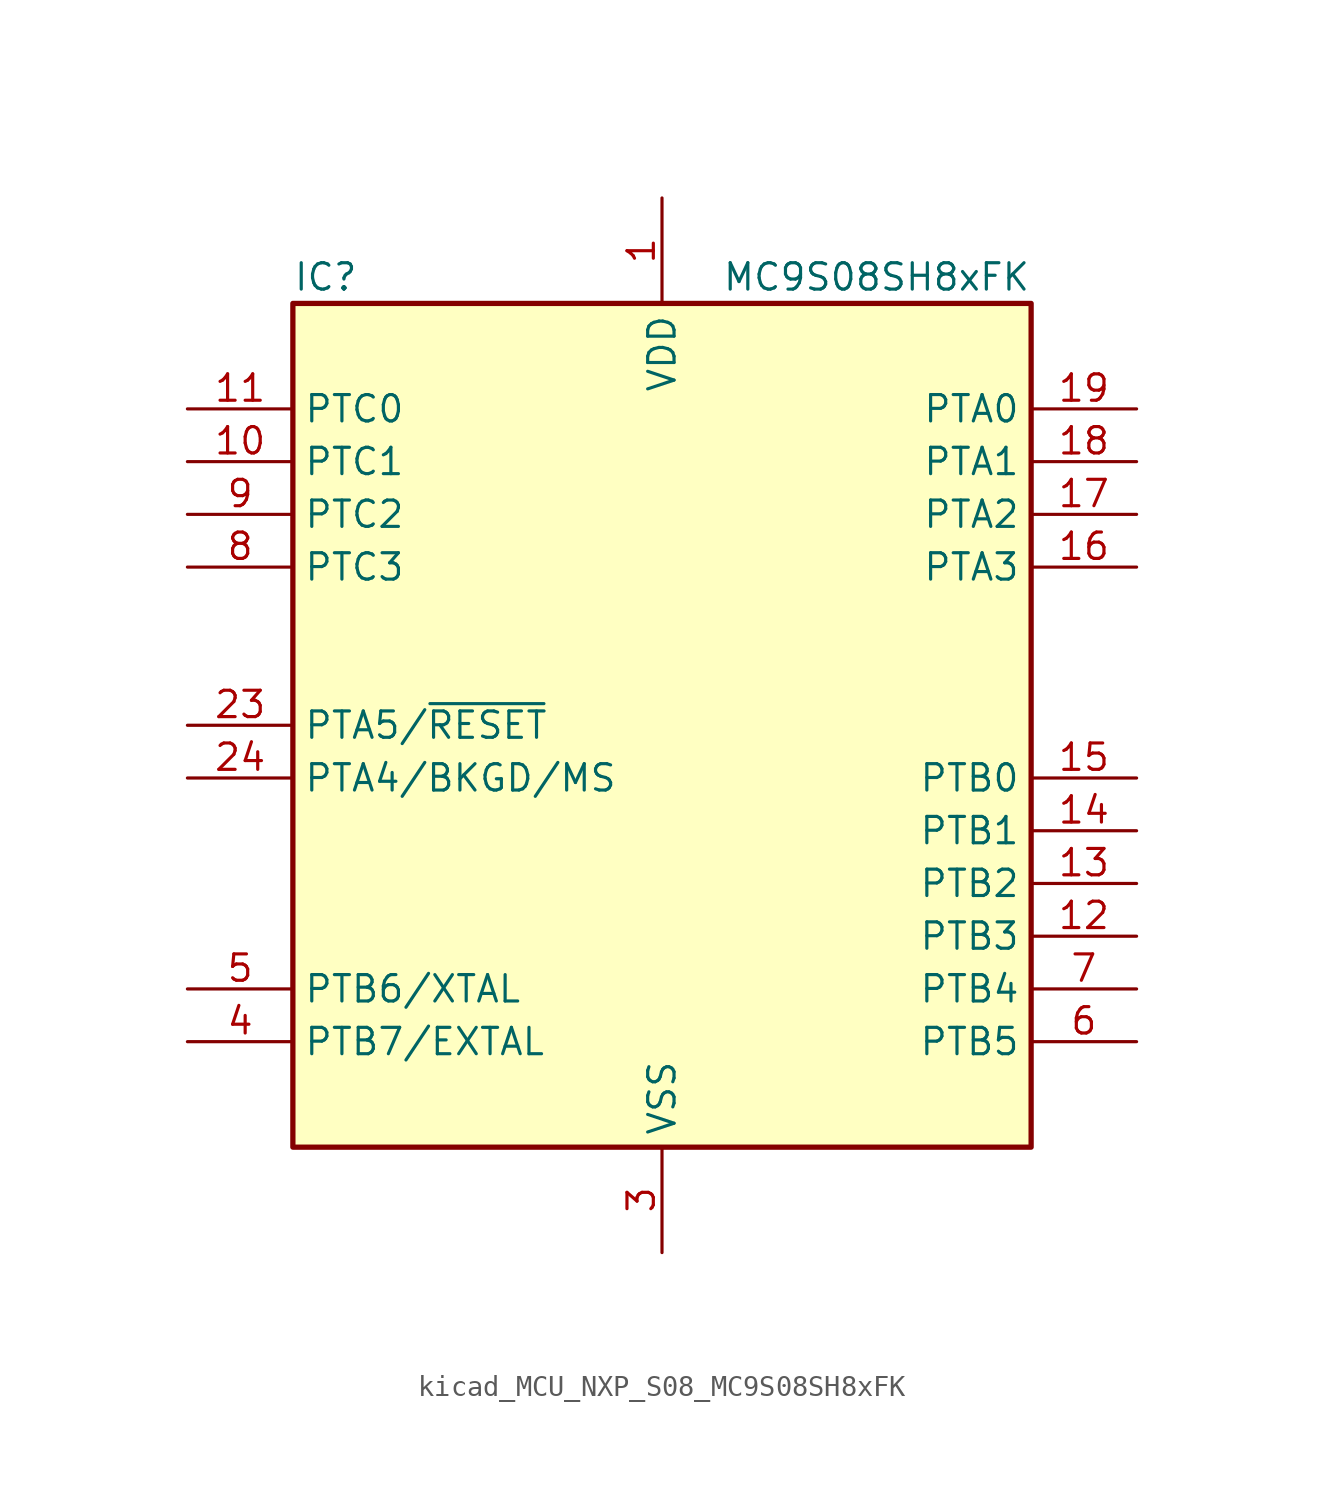
<source format=kicad_sym>
(kicad_symbol_lib
  (version 20220914)
  (generator kicad_symbol_editor)
  (symbol "kicad_MCU_NXP_S08_MC9S08SH8xFK"
    (property "Reference" "IC"
      (at -17.78 21.59 0)
      (effects (font (size 1.27 1.27)) (justify left)))
    (property "Value" "MC9S08SH8xFK"
      (at 17.78 21.59 0)
      (effects (font (size 1.27 1.27)) (justify right)))
    (symbol "kicad_MCU_NXP_S08_MC9S08SH8xFK_0_1"
      (rectangle (start -17.78 20.32) (end 17.78 -20.32) (stroke (width 0.254) (type default)) (fill (type background))))
    (symbol "kicad_MCU_NXP_S08_MC9S08SH8xFK_1_1"
      (pin power_in line (at 0 25.4 270) (length 5.08) (name "VDD" (effects (font (size 1.27 1.27)))) (number "1" (effects (font (size 1.27 1.27)))))
      (pin bidirectional line (at -22.86 12.7 0) (length 5.08) (name "PTC1" (effects (font (size 1.27 1.27)))) (number "10" (effects (font (size 1.27 1.27)))))
      (pin bidirectional line (at -22.86 15.24 0) (length 5.08) (name "PTC0" (effects (font (size 1.27 1.27)))) (number "11" (effects (font (size 1.27 1.27)))))
      (pin bidirectional line (at 22.86 -10.16 180) (length 5.08) (name "PTB3" (effects (font (size 1.27 1.27)))) (number "12" (effects (font (size 1.27 1.27)))))
      (pin bidirectional line (at 22.86 -7.62 180) (length 5.08) (name "PTB2" (effects (font (size 1.27 1.27)))) (number "13" (effects (font (size 1.27 1.27)))))
      (pin bidirectional line (at 22.86 -5.08 180) (length 5.08) (name "PTB1" (effects (font (size 1.27 1.27)))) (number "14" (effects (font (size 1.27 1.27)))))
      (pin bidirectional line (at 22.86 -2.54 180) (length 5.08) (name "PTB0" (effects (font (size 1.27 1.27)))) (number "15" (effects (font (size 1.27 1.27)))))
      (pin bidirectional line (at 22.86 7.62 180) (length 5.08) (name "PTA3" (effects (font (size 1.27 1.27)))) (number "16" (effects (font (size 1.27 1.27)))))
      (pin bidirectional line (at 22.86 10.16 180) (length 5.08) (name "PTA2" (effects (font (size 1.27 1.27)))) (number "17" (effects (font (size 1.27 1.27)))))
      (pin bidirectional line (at 22.86 12.7 180) (length 5.08) (name "PTA1" (effects (font (size 1.27 1.27)))) (number "18" (effects (font (size 1.27 1.27)))))
      (pin bidirectional line (at 22.86 15.24 180) (length 5.08) (name "PTA0" (effects (font (size 1.27 1.27)))) (number "19" (effects (font (size 1.27 1.27)))))
      (pin bidirectional line (at -22.86 0 0) (length 5.08) (name "PTA5/~{RESET}" (effects (font (size 1.27 1.27)))) (number "23" (effects (font (size 1.27 1.27)))))
      (pin bidirectional line (at -22.86 -2.54 0) (length 5.08) (name "PTA4/BKGD/MS" (effects (font (size 1.27 1.27)))) (number "24" (effects (font (size 1.27 1.27)))))
      (pin power_in line (at 0 -25.4 90) (length 5.08) (name "VSS" (effects (font (size 1.27 1.27)))) (number "3" (effects (font (size 1.27 1.27)))))
      (pin bidirectional line (at -22.86 -15.24 0) (length 5.08) (name "PTB7/EXTAL" (effects (font (size 1.27 1.27)))) (number "4" (effects (font (size 1.27 1.27)))))
      (pin bidirectional line (at -22.86 -12.7 0) (length 5.08) (name "PTB6/XTAL" (effects (font (size 1.27 1.27)))) (number "5" (effects (font (size 1.27 1.27)))))
      (pin bidirectional line (at 22.86 -15.24 180) (length 5.08) (name "PTB5" (effects (font (size 1.27 1.27)))) (number "6" (effects (font (size 1.27 1.27)))))
      (pin bidirectional line (at 22.86 -12.7 180) (length 5.08) (name "PTB4" (effects (font (size 1.27 1.27)))) (number "7" (effects (font (size 1.27 1.27)))))
      (pin bidirectional line (at -22.86 7.62 0) (length 5.08) (name "PTC3" (effects (font (size 1.27 1.27)))) (number "8" (effects (font (size 1.27 1.27)))))
      (pin bidirectional line (at -22.86 10.16 0) (length 5.08) (name "PTC2" (effects (font (size 1.27 1.27)))) (number "9" (effects (font (size 1.27 1.27))))))))
</source>
